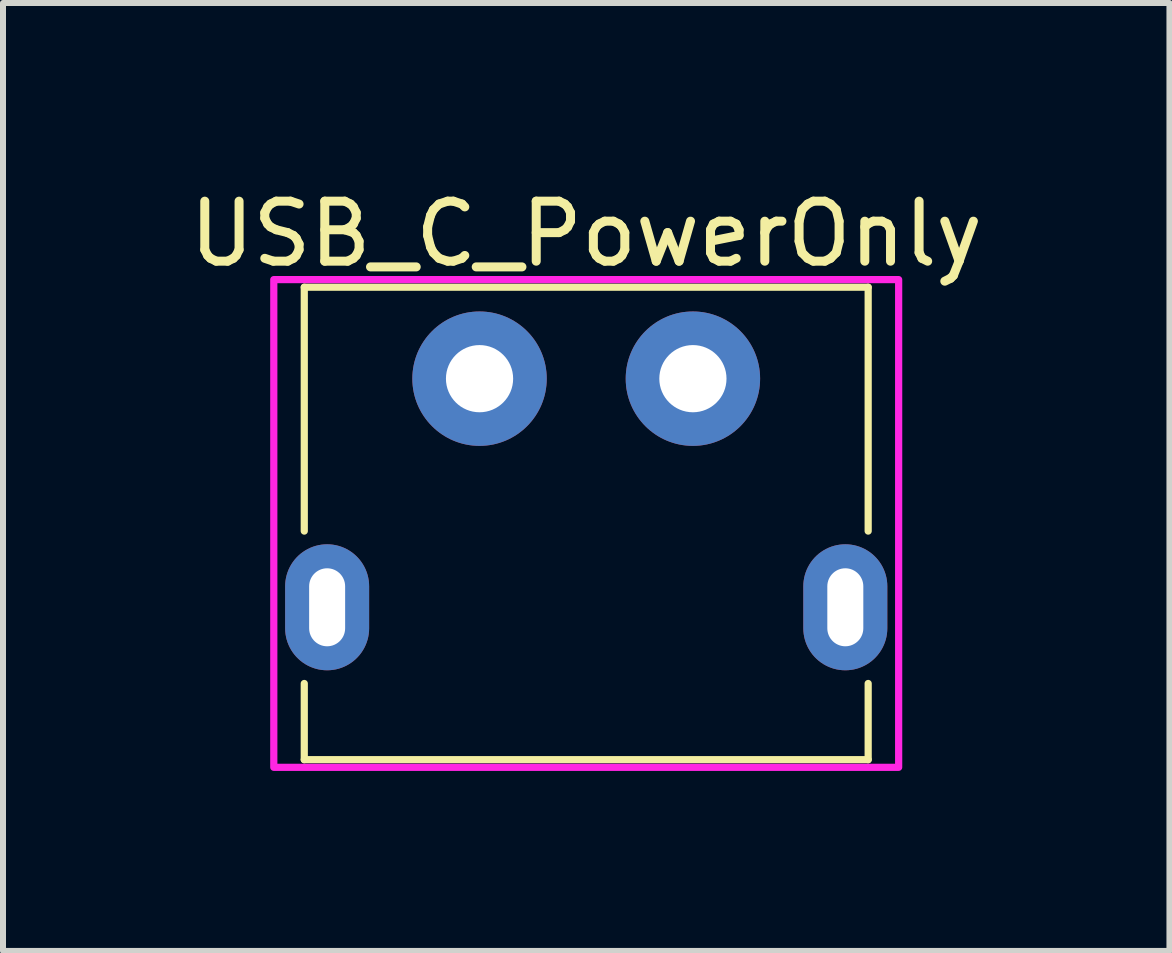
<source format=kicad_pcb>
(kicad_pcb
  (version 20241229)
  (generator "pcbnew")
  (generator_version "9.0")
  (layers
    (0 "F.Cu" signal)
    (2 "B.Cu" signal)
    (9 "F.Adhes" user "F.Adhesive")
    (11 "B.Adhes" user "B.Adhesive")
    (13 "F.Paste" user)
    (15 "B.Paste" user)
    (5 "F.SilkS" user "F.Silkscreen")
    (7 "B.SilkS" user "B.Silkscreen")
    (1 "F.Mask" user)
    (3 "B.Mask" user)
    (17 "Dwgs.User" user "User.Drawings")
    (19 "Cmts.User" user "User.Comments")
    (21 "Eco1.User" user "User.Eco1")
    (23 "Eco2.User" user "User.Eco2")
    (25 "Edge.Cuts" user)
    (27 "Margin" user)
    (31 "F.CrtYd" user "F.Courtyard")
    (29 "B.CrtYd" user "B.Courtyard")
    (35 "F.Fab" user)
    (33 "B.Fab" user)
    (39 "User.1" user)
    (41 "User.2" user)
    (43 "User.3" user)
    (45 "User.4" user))
  (footprint "USB_C_PowerOnly"
    (layer "F.Cu")
    (at 6.72 5.674)
    (property "Reference" "USB_C_PowerOnly" (at 0 -4.826 0) (unlocked yes) (layer "F.SilkS") (effects (font (size 1 1) (thickness 0.15))))
    (attr through_hole)
    (fp_line (start -4.699 -3.937) (end -4.699 0.127) (stroke (width 0.12) (type default)) (layer "F.SilkS"))
    (fp_line (start -4.699 3.937) (end -4.699 2.667) (stroke (width 0.12) (type default)) (layer "F.SilkS"))
    (fp_line (start 4.699 -3.937) (end -4.699 -3.937) (stroke (width 0.12) (type default)) (layer "F.SilkS"))
    (fp_line (start 4.699 0.127) (end 4.699 -3.937) (stroke (width 0.12) (type default)) (layer "F.SilkS"))
    (fp_line (start 4.699 2.667) (end 4.699 3.937) (stroke (width 0.12) (type default)) (layer "F.SilkS"))
    (fp_line (start 4.699 3.937) (end -4.699 3.937) (stroke (width 0.12) (type default)) (layer "F.SilkS"))
    (fp_rect (start -5.207 -4.064) (end 5.207 4.064) (stroke (width 0.12) (type default)) (fill no) (layer "F.CrtYd"))
    (pad "A9" thru_hole circle (at -1.778 -2.413) (size 2.24 2.24) (drill 1.12) (layers "*.Cu" "*.Mask"))
    (pad "A12" thru_hole circle (at 1.778 -2.413) (size 2.24 2.24) (drill 1.12) (layers "*.Cu" "*.Mask"))
    (pad "S1" thru_hole oval (at -4.318 1.397) (size 1.4 2.1) (drill oval 0.6 1.3) (layers "*.Cu" "*.Mask"))
    (pad "S1" thru_hole oval (at 4.318 1.397) (size 1.4 2.1) (drill oval 0.6 1.3) (layers "*.Cu" "*.Mask")))
  (gr_rect
    (start -3 -3)
    (end 16.44 12.798)
    (stroke (width 0.1) (type default))
    (fill no)
    (layer "Edge.Cuts")))
</source>
